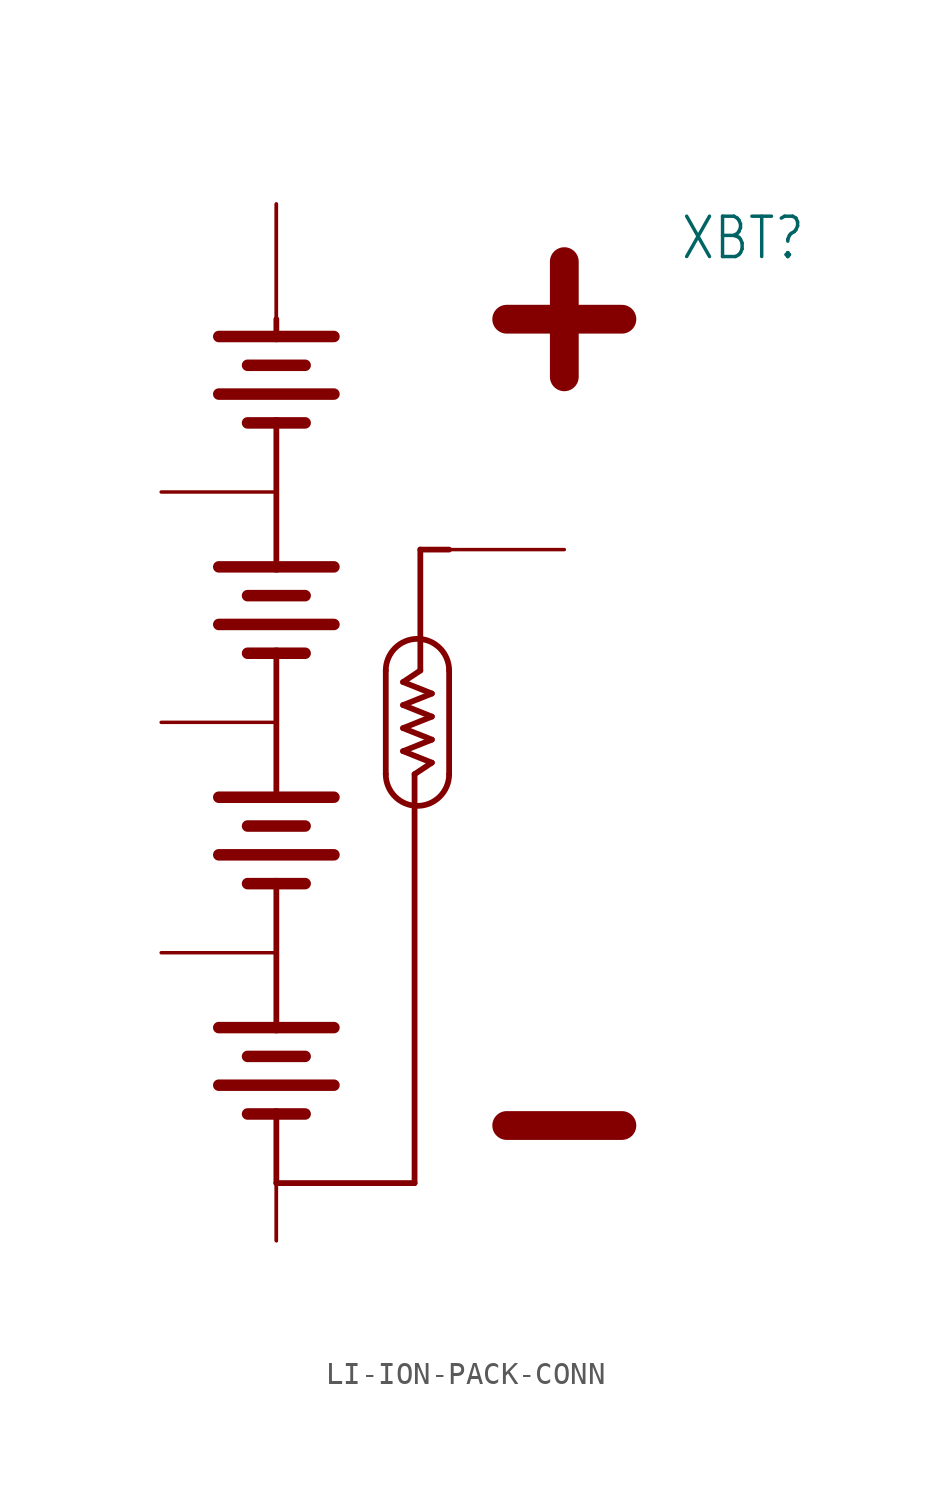
<source format=kicad_sym>
(kicad_symbol_lib
  (version 20231120)
  (generator "kicad_symbol_editor")
  (generator_version "8.0")
  (symbol "LI-ION-PACK-CONN"
    (property "Reference" "XBT"
      (at 17.78 20.32 0)
      (effects (font (size 1.778 1.511)) (justify left bottom)))
    (property "Value" ""
      (at 17.78 17.78 0)
      (effects (font (size 1.778 1.511)) (justify left bottom)))
    (property "ki_locked" ""
      (at 0 0 0)
      (effects (font (size 1.27 1.27))))
    (symbol "LI-ION-PACK-CONN_1_0"
      (polyline (pts (xy -2.54 -16.002) (xy 2.54 -16.002)) (stroke (width 0.508) (type solid)) (fill (type none)))
      (polyline (pts (xy -2.54 -13.462) (xy 0 -13.462)) (stroke (width 0.508) (type solid)) (fill (type none)))
      (polyline (pts (xy -2.54 -5.842) (xy 2.54 -5.842)) (stroke (width 0.508) (type solid)) (fill (type none)))
      (polyline (pts (xy -2.54 -3.302) (xy 0 -3.302)) (stroke (width 0.508) (type solid)) (fill (type none)))
      (polyline (pts (xy -2.54 4.318) (xy 2.54 4.318)) (stroke (width 0.508) (type solid)) (fill (type none)))
      (polyline (pts (xy -2.54 6.858) (xy 0 6.858)) (stroke (width 0.508) (type solid)) (fill (type none)))
      (polyline (pts (xy -2.54 14.478) (xy 2.54 14.478)) (stroke (width 0.508) (type solid)) (fill (type none)))
      (polyline (pts (xy -2.54 17.018) (xy 0 17.018)) (stroke (width 0.508) (type solid)) (fill (type none)))
      (polyline (pts (xy -1.27 -17.272) (xy 0 -17.272)) (stroke (width 0.508) (type solid)) (fill (type none)))
      (polyline (pts (xy -1.27 -14.732) (xy 1.27 -14.732)) (stroke (width 0.508) (type solid)) (fill (type none)))
      (polyline (pts (xy -1.27 -7.112) (xy 0 -7.112)) (stroke (width 0.508) (type solid)) (fill (type none)))
      (polyline (pts (xy -1.27 -4.572) (xy 1.27 -4.572)) (stroke (width 0.508) (type solid)) (fill (type none)))
      (polyline (pts (xy -1.27 3.048) (xy 0 3.048)) (stroke (width 0.508) (type solid)) (fill (type none)))
      (polyline (pts (xy -1.27 5.588) (xy 1.27 5.588)) (stroke (width 0.508) (type solid)) (fill (type none)))
      (polyline (pts (xy -1.27 13.208) (xy 0 13.208)) (stroke (width 0.508) (type solid)) (fill (type none)))
      (polyline (pts (xy -1.27 15.748) (xy 1.27 15.748)) (stroke (width 0.508) (type solid)) (fill (type none)))
      (polyline (pts (xy 0 -20.32) (xy 0 -17.272)) (stroke (width 0.254) (type solid)) (fill (type none)))
      (polyline (pts (xy 0 -17.272) (xy 1.27 -17.272)) (stroke (width 0.508) (type solid)) (fill (type none)))
      (polyline (pts (xy 0 -13.462) (xy 2.54 -13.462)) (stroke (width 0.508) (type solid)) (fill (type none)))
      (polyline (pts (xy 0 -7.112) (xy 0 -13.462)) (stroke (width 0.254) (type solid)) (fill (type none)))
      (polyline (pts (xy 0 -7.112) (xy 1.27 -7.112)) (stroke (width 0.508) (type solid)) (fill (type none)))
      (polyline (pts (xy 0 -3.302) (xy 2.54 -3.302)) (stroke (width 0.508) (type solid)) (fill (type none)))
      (polyline (pts (xy 0 3.048) (xy 0 -3.302)) (stroke (width 0.254) (type solid)) (fill (type none)))
      (polyline (pts (xy 0 3.048) (xy 1.27 3.048)) (stroke (width 0.508) (type solid)) (fill (type none)))
      (polyline (pts (xy 0 6.858) (xy 2.54 6.858)) (stroke (width 0.508) (type solid)) (fill (type none)))
      (polyline (pts (xy 0 13.208) (xy 0 6.858)) (stroke (width 0.254) (type solid)) (fill (type none)))
      (polyline (pts (xy 0 13.208) (xy 1.27 13.208)) (stroke (width 0.508) (type solid)) (fill (type none)))
      (polyline (pts (xy 0 17.018) (xy 2.54 17.018)) (stroke (width 0.508) (type solid)) (fill (type none)))
      (polyline (pts (xy 0 17.78) (xy 0 17.018)) (stroke (width 0.254) (type solid)) (fill (type none)))
      (polyline (pts (xy 4.826 2.286) (xy 4.826 -2.286)) (stroke (width 0.254) (type solid)) (fill (type none)))
      (polyline (pts (xy 5.588 -1.27) (xy 6.858 -1.778)) (stroke (width 0.254) (type solid)) (fill (type none)))
      (polyline (pts (xy 5.588 -0.254) (xy 6.858 -0.762)) (stroke (width 0.254) (type solid)) (fill (type none)))
      (polyline (pts (xy 5.588 0.762) (xy 6.858 0.254)) (stroke (width 0.254) (type solid)) (fill (type none)))
      (polyline (pts (xy 5.588 1.778) (xy 6.35 2.286)) (stroke (width 0.254) (type solid)) (fill (type none)))
      (polyline (pts (xy 5.588 1.778) (xy 6.858 1.27)) (stroke (width 0.254) (type solid)) (fill (type none)))
      (polyline (pts (xy 6.096 -20.32) (xy 0 -20.32)) (stroke (width 0.254) (type solid)) (fill (type none)))
      (polyline (pts (xy 6.096 -2.286) (xy 6.096 -20.32)) (stroke (width 0.254) (type solid)) (fill (type none)))
      (polyline (pts (xy 6.35 2.286) (xy 6.35 7.62)) (stroke (width 0.254) (type solid)) (fill (type none)))
      (polyline (pts (xy 6.35 7.62) (xy 7.62 7.62)) (stroke (width 0.254) (type solid)) (fill (type none)))
      (polyline (pts (xy 6.858 -1.778) (xy 6.096 -2.286)) (stroke (width 0.254) (type solid)) (fill (type none)))
      (polyline (pts (xy 6.858 -0.762) (xy 5.588 -1.27)) (stroke (width 0.254) (type solid)) (fill (type none)))
      (polyline (pts (xy 6.858 0.254) (xy 5.588 -0.254)) (stroke (width 0.254) (type solid)) (fill (type none)))
      (polyline (pts (xy 6.858 1.27) (xy 5.588 0.762)) (stroke (width 0.254) (type solid)) (fill (type none)))
      (polyline (pts (xy 7.62 2.286) (xy 7.62 -2.286)) (stroke (width 0.254) (type solid)) (fill (type none)))
      (polyline (pts (xy 10.16 -17.78) (xy 15.24 -17.78)) (stroke (width 1.27) (type solid)) (fill (type none)))
      (polyline (pts (xy 10.16 17.78) (xy 15.24 17.78)) (stroke (width 1.27) (type solid)) (fill (type none)))
      (polyline (pts (xy 12.7 20.32) (xy 12.7 15.24)) (stroke (width 1.27) (type solid)) (fill (type none)))
      (arc (start 4.826 -2.286) (mid 6.223 -3.683) (end 7.62 -2.286) (stroke (width 0.254) (type solid)) (fill (type none)))
      (arc (start 7.62 2.286) (mid 6.223 3.683) (end 4.826 2.286) (stroke (width 0.254) (type solid)) (fill (type none)))
      (pin bidirectional line (at 0 22.86 270) (length 5.08) (name "+" (effects (font (size 0 0)))) (number "1" (effects (font (size 0 0)))))
      (pin bidirectional line (at 0 22.86 270) (length 5.08) (name "+" (effects (font (size 0 0)))) (number "2" (effects (font (size 0 0)))))
      (pin bidirectional line (at -5.08 0 0) (length 5.08) (name "BAL2" (effects (font (size 0 0)))) (number "3" (effects (font (size 0 0)))))
      (pin bidirectional line (at -5.08 -10.16 0) (length 5.08) (name "BAL1" (effects (font (size 0 0)))) (number "4" (effects (font (size 0 0)))))
      (pin bidirectional line (at 0 -22.86 90) (length 2.54) (name "-" (effects (font (size 0 0)))) (number "5" (effects (font (size 0 0)))))
      (pin bidirectional line (at 0 -22.86 90) (length 2.54) (name "-" (effects (font (size 0 0)))) (number "6" (effects (font (size 0 0)))))
      (pin bidirectional line (at -5.08 10.16 0) (length 5.08) (name "BAL3" (effects (font (size 0 0)))) (number "7" (effects (font (size 0 0)))))
      (pin bidirectional line (at 12.7 7.62 180) (length 5.08) (name "THERM1" (effects (font (size 0 0)))) (number "8" (effects (font (size 0 0))))))))
</source>
